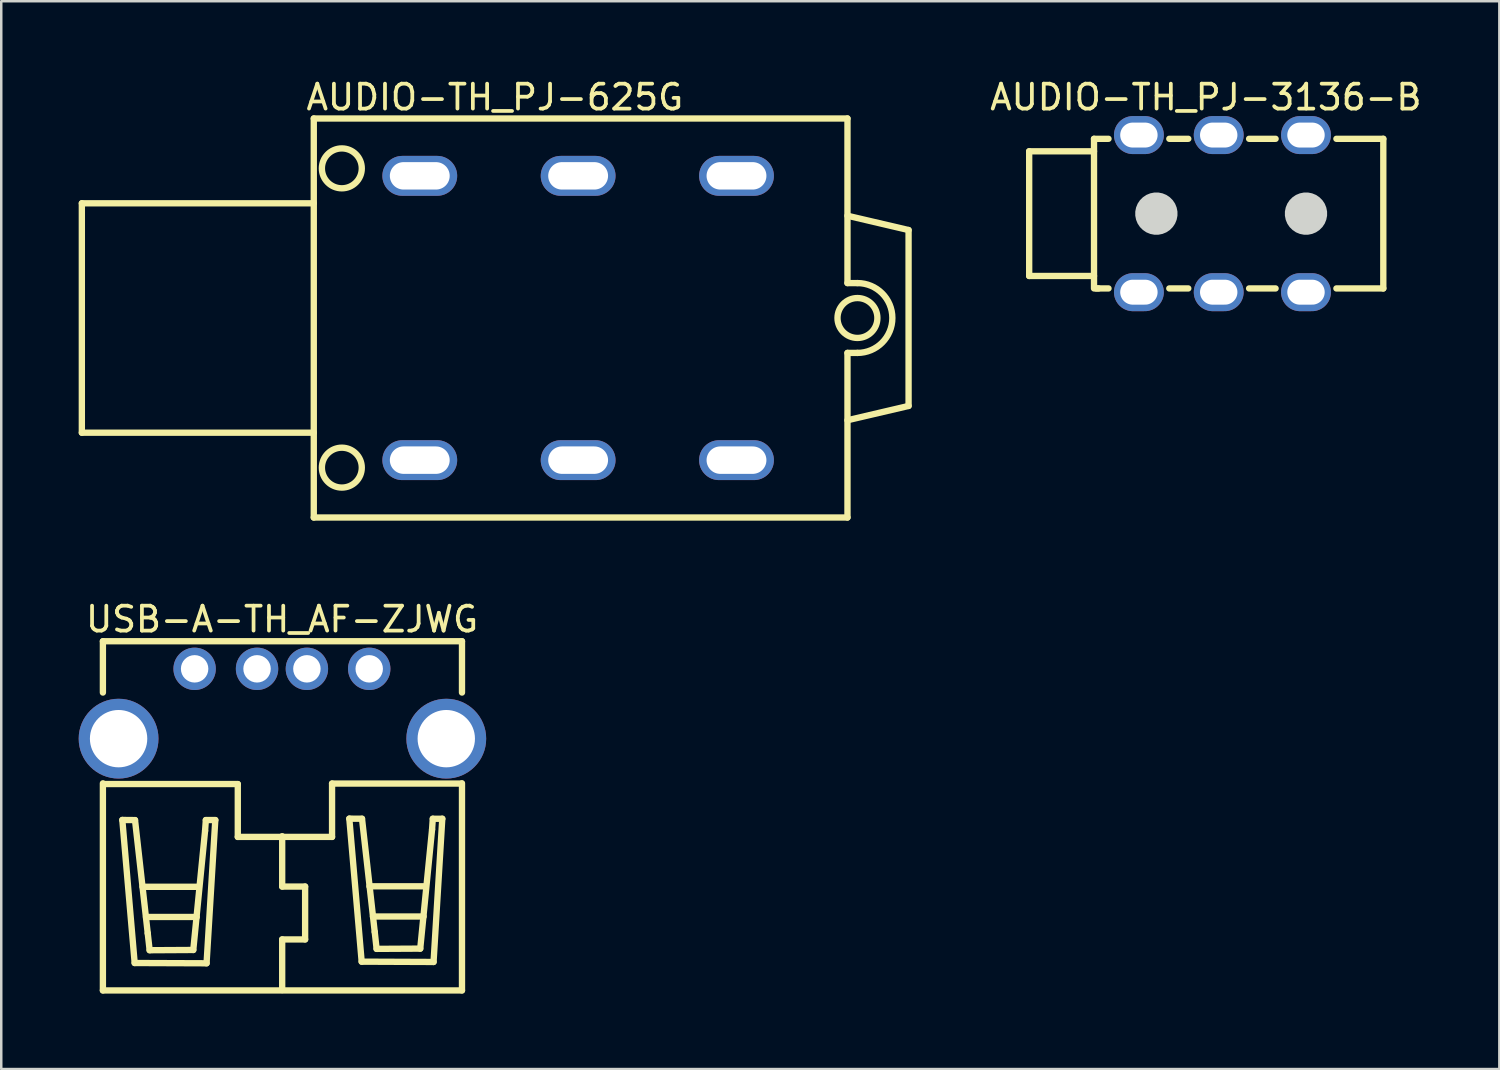
<source format=kicad_pcb>
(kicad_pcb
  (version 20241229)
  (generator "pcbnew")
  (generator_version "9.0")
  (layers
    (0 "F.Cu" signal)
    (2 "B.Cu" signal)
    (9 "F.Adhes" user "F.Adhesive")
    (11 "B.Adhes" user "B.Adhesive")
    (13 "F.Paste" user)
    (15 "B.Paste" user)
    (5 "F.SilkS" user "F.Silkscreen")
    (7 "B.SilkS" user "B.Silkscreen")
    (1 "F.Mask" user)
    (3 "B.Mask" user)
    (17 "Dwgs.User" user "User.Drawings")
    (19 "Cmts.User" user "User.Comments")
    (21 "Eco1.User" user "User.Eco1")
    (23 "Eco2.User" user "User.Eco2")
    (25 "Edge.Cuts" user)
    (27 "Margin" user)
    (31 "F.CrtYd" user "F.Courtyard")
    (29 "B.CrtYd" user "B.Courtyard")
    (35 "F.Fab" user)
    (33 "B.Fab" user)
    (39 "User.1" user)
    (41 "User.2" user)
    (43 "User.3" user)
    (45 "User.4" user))
  (footprint "AUDIO-TH_PJ-3136-B"
    (layer "F.Cu")
    (at 45.968 5.516)
    (property "Reference" "AUDIO-TH_PJ-3136-B" (at -0.665 -4.667 0) (layer "F.SilkS") (effects (font (size 1 1) (thickness 0.15))))
    (fp_line (start -7.75 -2.5) (end -7.75 2.5) (stroke (width 0.254) (type default)) (layer "F.SilkS"))
    (fp_line (start -7.75 2.5) (end -5.15 2.5) (stroke (width 0.254) (type default)) (layer "F.SilkS"))
    (fp_line (start -5.15 -3) (end -4.569 -3) (stroke (width 0.254) (type default)) (layer "F.SilkS"))
    (fp_line (start -5.15 -2.5) (end -7.75 -2.5) (stroke (width 0.254) (type default)) (layer "F.SilkS"))
    (fp_line (start -5.15 3) (end -5.15 -3) (stroke (width 0.254) (type default)) (layer "F.SilkS"))
    (fp_line (start -5.061 3) (end -4.97 3) (stroke (width 0.254) (type default)) (layer "F.SilkS"))
    (fp_line (start -5.061 3) (end -4.569 3) (stroke (width 0.254) (type default)) (layer "F.SilkS"))
    (fp_line (start -2.131 -3) (end -1.37 -3) (stroke (width 0.254) (type default)) (layer "F.SilkS"))
    (fp_line (start -2.131 3) (end -1.37 3) (stroke (width 0.254) (type default)) (layer "F.SilkS"))
    (fp_line (start 1.069 -3) (end 2.131 -3) (stroke (width 0.254) (type default)) (layer "F.SilkS"))
    (fp_line (start 1.069 3) (end 2.131 3) (stroke (width 0.254) (type default)) (layer "F.SilkS"))
    (fp_line (start 4.569 -3) (end 6.45 -3) (stroke (width 0.254) (type default)) (layer "F.SilkS"))
    (fp_line (start 4.569 3) (end 6.45 3) (stroke (width 0.254) (type default)) (layer "F.SilkS"))
    (fp_line (start 6.45 -3) (end 6.45 3) (stroke (width 0.254) (type default)) (layer "F.SilkS"))
    (fp_poly (pts (xy -1.804 -0.083) (xy -1.837 -0.247) (xy -1.9 -0.401) (xy -1.993 -0.539) (xy -2.111 -0.657) (xy -2.249 -0.75) (xy -2.403 -0.813) (xy -2.567 -0.846) (xy -2.733 -0.846) (xy -2.897 -0.813) (xy -3.051 -0.75) (xy -3.189 -0.657) (xy -3.307 -0.539) (xy -3.4 -0.401) (xy -3.463 -0.247) (xy -3.496 -0.083) (xy -3.496 0.083) (xy -3.463 0.247) (xy -3.4 0.401) (xy -3.307 0.539) (xy -3.189 0.657) (xy -3.051 0.75) (xy -2.897 0.813) (xy -2.733 0.846) (xy -2.567 0.846) (xy -2.403 0.813) (xy -2.249 0.75) (xy -2.111 0.657) (xy -1.993 0.539) (xy -1.9 0.401) (xy -1.837 0.247) (xy -1.804 0.083)) (stroke (width 0) (type default)) (fill yes) (layer "Edge.Cuts"))
    (fp_poly (pts (xy 4.196 -0.083) (xy 4.163 -0.247) (xy 4.1 -0.401) (xy 4.007 -0.539) (xy 3.889 -0.657) (xy 3.751 -0.75) (xy 3.597 -0.813) (xy 3.433 -0.846) (xy 3.267 -0.846) (xy 3.103 -0.813) (xy 2.949 -0.75) (xy 2.811 -0.657) (xy 2.693 -0.539) (xy 2.6 -0.401) (xy 2.537 -0.247) (xy 2.504 -0.083) (xy 2.504 0.083) (xy 2.537 0.247) (xy 2.6 0.401) (xy 2.693 0.539) (xy 2.811 0.657) (xy 2.949 0.75) (xy 3.103 0.813) (xy 3.267 0.846) (xy 3.433 0.846) (xy 3.597 0.813) (xy 3.751 0.75) (xy 3.889 0.657) (xy 4.007 0.539) (xy 4.1 0.401) (xy 4.163 0.247) (xy 4.196 0.083)) (stroke (width 0) (type default)) (fill yes) (layer "Edge.Cuts"))
    (fp_poly (pts (xy -3.1 -2.75) (xy -3.6 -2.75) (xy -3.6 -3.55) (xy -3.1 -3.55)) (stroke (width 0.1) (type default)) (fill no) (layer "User.1"))
    (fp_poly (pts (xy -3.1 3.55) (xy -3.6 3.55) (xy -3.6 2.75) (xy -3.1 2.75)) (stroke (width 0.1) (type default)) (fill no) (layer "User.1"))
    (fp_poly (pts (xy 0.1 -2.75) (xy -0.4 -2.75) (xy -0.4 -3.55) (xy 0.1 -3.55)) (stroke (width 0.1) (type default)) (fill no) (layer "User.1"))
    (fp_poly (pts (xy 0.1 3.55) (xy -0.4 3.55) (xy -0.4 2.75) (xy 0.1 2.75)) (stroke (width 0.1) (type default)) (fill no) (layer "User.1"))
    (fp_poly (pts (xy 3.6 -2.75) (xy 3.1 -2.75) (xy 3.1 -3.55) (xy 3.6 -3.55)) (stroke (width 0.1) (type default)) (fill no) (layer "User.1"))
    (fp_poly (pts (xy 3.6 3.55) (xy 3.1 3.55) (xy 3.1 2.75) (xy 3.6 2.75)) (stroke (width 0.1) (type default)) (fill no) (layer "User.1"))
    (fp_poly (pts (xy -1.904 -0.074) (xy -1.932 -0.218) (xy -1.989 -0.354) (xy -2.07 -0.476) (xy -2.174 -0.58) (xy -2.296 -0.661) (xy -2.432 -0.718) (xy -2.576 -0.746) (xy -2.724 -0.746) (xy -2.868 -0.718) (xy -3.004 -0.661) (xy -3.126 -0.58) (xy -3.23 -0.476) (xy -3.311 -0.354) (xy -3.368 -0.218) (xy -3.396 -0.074) (xy -3.396 0.074) (xy -3.368 0.218) (xy -3.311 0.354) (xy -3.23 0.476) (xy -3.126 0.58) (xy -3.004 0.661) (xy -2.868 0.718) (xy -2.724 0.746) (xy -2.576 0.746) (xy -2.432 0.718) (xy -2.296 0.661) (xy -2.174 0.58) (xy -2.07 0.476) (xy -1.989 0.354) (xy -1.932 0.218) (xy -1.904 0.074)) (stroke (width 0.1) (type default)) (fill no) (layer "User.1"))
    (fp_poly (pts (xy 4.096 -0.074) (xy 4.068 -0.218) (xy 4.011 -0.354) (xy 3.93 -0.476) (xy 3.826 -0.58) (xy 3.704 -0.661) (xy 3.568 -0.718) (xy 3.424 -0.746) (xy 3.276 -0.746) (xy 3.132 -0.718) (xy 2.996 -0.661) (xy 2.874 -0.58) (xy 2.77 -0.476) (xy 2.689 -0.354) (xy 2.632 -0.218) (xy 2.604 -0.074) (xy 2.604 0.074) (xy 2.632 0.218) (xy 2.689 0.354) (xy 2.77 0.476) (xy 2.874 0.58) (xy 2.996 0.661) (xy 3.132 0.718) (xy 3.276 0.746) (xy 3.424 0.746) (xy 3.568 0.718) (xy 3.704 0.661) (xy 3.826 0.58) (xy 3.93 0.476) (xy 4.011 0.354) (xy 4.068 0.218) (xy 4.096 0.074)) (stroke (width 0.1) (type default)) (fill no) (layer "User.1"))
    (fp_line (start -7.877 -3.912) (end 6.577 -3.912) (stroke (width 0.051) (type default)) (layer "User.2"))
    (fp_line (start -7.877 3.912) (end -7.877 -3.912) (stroke (width 0.051) (type default)) (layer "User.2"))
    (fp_line (start 6.577 -3.912) (end 6.577 3.912) (stroke (width 0.051) (type default)) (layer "User.2"))
    (fp_line (start 6.577 3.912) (end -7.877 3.912) (stroke (width 0.051) (type default)) (layer "User.2"))
    (fp_poly (pts (xy -7.822 -3.935) (xy -7.854 -3.967) (xy -7.9 -3.967) (xy -7.932 -3.935) (xy -7.932 -3.889) (xy -7.9 -3.857) (xy -7.854 -3.857) (xy -7.822 -3.889)) (stroke (width 0.1) (type default)) (fill no) (layer "User.3"))
    (pad "1" thru_hole oval (at -3.35 3.15 90) (size 1.524 2) (drill oval 1 1.5) (layers "*.Cu" "*.Mask"))
    (pad "2" thru_hole oval (at -0.15 3.15 90) (size 1.524 2) (drill oval 1 1.5) (layers "*.Cu" "*.Mask"))
    (pad "3" thru_hole oval (at 3.35 3.15 90) (size 1.524 2) (drill oval 1 1.5) (layers "*.Cu" "*.Mask"))
    (pad "4" thru_hole oval (at 3.35 -3.15 90) (size 1.524 2) (drill oval 1 1.5) (layers "*.Cu" "*.Mask"))
    (pad "5" thru_hole oval (at -0.15 -3.15 90) (size 1.524 2) (drill oval 1 1.5) (layers "*.Cu" "*.Mask"))
    (pad "6" thru_hole oval (at -3.35 -3.15 90) (size 1.524 2) (drill oval 1 1.5) (layers "*.Cu" "*.Mask")))
  (footprint "USB-A-TH_AF-ZJWG"
    (layer "F.Cu")
    (at 8.275 25.169)
    (property "Reference" "USB-A-TH_AF-ZJWG" (at -0.015 -3.388 0) (layer "F.SilkS") (effects (font (size 1 1) (thickness 0.15))))
    (fp_line (start -7.199 -2.506) (end -7.199 -0.449) (stroke (width 0.254) (type default)) (layer "F.SilkS"))
    (fp_line (start -7.199 -2.506) (end 7.2 -2.506) (stroke (width 0.254) (type default)) (layer "F.SilkS"))
    (fp_line (start -7.199 3.192) (end -7.199 11.495) (stroke (width 0.254) (type default)) (layer "F.SilkS"))
    (fp_line (start -7.199 11.495) (end 7.2 11.495) (stroke (width 0.254) (type default)) (layer "F.SilkS"))
    (fp_line (start -6.42 4.66) (end -5.911 4.665) (stroke (width 0.254) (type default)) (layer "F.SilkS"))
    (fp_line (start -5.925 10.396) (end -6.42 4.66) (stroke (width 0.254) (type default)) (layer "F.SilkS"))
    (fp_line (start -5.911 4.665) (end -5.401 9.205) (stroke (width 0.254) (type default)) (layer "F.SilkS"))
    (fp_line (start -5.609 7.34) (end -3.349 7.34) (stroke (width 0.254) (type default)) (layer "F.SilkS"))
    (fp_line (start -5.47 8.55) (end -3.439 8.55) (stroke (width 0.254) (type default)) (layer "F.SilkS"))
    (fp_line (start -5.401 9.205) (end -5.325 9.883) (stroke (width 0.254) (type default)) (layer "F.SilkS"))
    (fp_line (start -5.325 9.883) (end -3.575 9.873) (stroke (width 0.254) (type default)) (layer "F.SilkS"))
    (fp_line (start -3.575 9.873) (end -3.102 5.094) (stroke (width 0.254) (type default)) (layer "F.SilkS"))
    (fp_line (start -3.102 5.094) (end -3.071 4.664) (stroke (width 0.254) (type default)) (layer "F.SilkS"))
    (fp_line (start -3.071 4.664) (end -2.692 4.664) (stroke (width 0.254) (type default)) (layer "F.SilkS"))
    (fp_line (start -3.042 10.407) (end -5.925 10.396) (stroke (width 0.254) (type default)) (layer "F.SilkS"))
    (fp_line (start -2.692 4.664) (end -3.042 10.407) (stroke (width 0.254) (type default)) (layer "F.SilkS"))
    (fp_line (start -1.79 3.22) (end -7.19 3.22) (stroke (width 0.254) (type default)) (layer "F.SilkS"))
    (fp_line (start -1.79 5.34) (end -1.79 3.22) (stroke (width 0.254) (type default)) (layer "F.SilkS"))
    (fp_line (start -0.01 5.311) (end -0.01 7.33) (stroke (width 0.254) (type default)) (layer "F.SilkS"))
    (fp_line (start -0.01 7.33) (end 0.91 7.33) (stroke (width 0.254) (type default)) (layer "F.SilkS"))
    (fp_line (start -0.01 9.45) (end -0.01 11.48) (stroke (width 0.254) (type default)) (layer "F.SilkS"))
    (fp_line (start 0.91 7.33) (end 0.91 9.45) (stroke (width 0.254) (type default)) (layer "F.SilkS"))
    (fp_line (start 0.91 9.45) (end -0.01 9.45) (stroke (width 0.254) (type default)) (layer "F.SilkS"))
    (fp_line (start 1.99 3.2) (end 1.99 5.34) (stroke (width 0.254) (type default)) (layer "F.SilkS"))
    (fp_line (start 1.99 5.34) (end -1.79 5.34) (stroke (width 0.254) (type default)) (layer "F.SilkS"))
    (fp_line (start 2.682 4.607) (end 3.191 4.611) (stroke (width 0.254) (type default)) (layer "F.SilkS"))
    (fp_line (start 3.177 10.342) (end 2.682 4.607) (stroke (width 0.254) (type default)) (layer "F.SilkS"))
    (fp_line (start 3.191 4.611) (end 3.701 9.151) (stroke (width 0.254) (type default)) (layer "F.SilkS"))
    (fp_line (start 3.49 7.321) (end 5.75 7.321) (stroke (width 0.254) (type default)) (layer "F.SilkS"))
    (fp_line (start 3.63 8.53) (end 5.66 8.53) (stroke (width 0.254) (type default)) (layer "F.SilkS"))
    (fp_line (start 3.701 9.151) (end 3.776 9.829) (stroke (width 0.254) (type default)) (layer "F.SilkS"))
    (fp_line (start 3.776 9.829) (end 5.526 9.819) (stroke (width 0.254) (type default)) (layer "F.SilkS"))
    (fp_line (start 5.526 9.819) (end 6 5.04) (stroke (width 0.254) (type default)) (layer "F.SilkS"))
    (fp_line (start 6 5.04) (end 6.029 4.611) (stroke (width 0.254) (type default)) (layer "F.SilkS"))
    (fp_line (start 6.029 4.611) (end 6.41 4.611) (stroke (width 0.254) (type default)) (layer "F.SilkS"))
    (fp_line (start 6.06 10.354) (end 3.177 10.342) (stroke (width 0.254) (type default)) (layer "F.SilkS"))
    (fp_line (start 6.41 4.611) (end 6.06 10.354) (stroke (width 0.254) (type default)) (layer "F.SilkS"))
    (fp_line (start 7.189 3.2) (end 1.99 3.2) (stroke (width 0.254) (type default)) (layer "F.SilkS"))
    (fp_line (start 7.2 -2.506) (end 7.2 -0.449) (stroke (width 0.254) (type default)) (layer "F.SilkS"))
    (fp_line (start 7.2 3.192) (end 7.2 11.495) (stroke (width 0.254) (type default)) (layer "F.SilkS"))
    (fp_poly (pts (xy -3.074 -1.459) (xy -3.105 -1.572) (xy -3.163 -1.674) (xy -3.247 -1.757) (xy -3.348 -1.816) (xy -3.462 -1.846) (xy -3.579 -1.846) (xy -3.693 -1.816) (xy -3.794 -1.757) (xy -3.878 -1.674) (xy -3.936 -1.572) (xy -3.967 -1.459) (xy -3.967 -1.341) (xy -3.936 -1.228) (xy -3.878 -1.126) (xy -3.794 -1.043) (xy -3.693 -0.984) (xy -3.579 -0.954) (xy -3.462 -0.954) (xy -3.348 -0.984) (xy -3.247 -1.043) (xy -3.163 -1.126) (xy -3.105 -1.228) (xy -3.074 -1.341)) (stroke (width 0.1) (type default)) (fill no) (layer "User.1"))
    (fp_poly (pts (xy -0.572 -1.459) (xy -0.603 -1.572) (xy -0.661 -1.674) (xy -0.745 -1.757) (xy -0.846 -1.816) (xy -0.96 -1.846) (xy -1.077 -1.846) (xy -1.191 -1.816) (xy -1.292 -1.757) (xy -1.376 -1.674) (xy -1.434 -1.572) (xy -1.465 -1.459) (xy -1.465 -1.341) (xy -1.434 -1.228) (xy -1.376 -1.126) (xy -1.292 -1.043) (xy -1.191 -0.984) (xy -1.077 -0.954) (xy -0.96 -0.954) (xy -0.846 -0.984) (xy -0.745 -1.043) (xy -0.661 -1.126) (xy -0.603 -1.228) (xy -0.572 -1.341)) (stroke (width 0.1) (type default)) (fill no) (layer "User.1"))
    (fp_poly (pts (xy 1.427 -1.459) (xy 1.396 -1.572) (xy 1.338 -1.674) (xy 1.254 -1.757) (xy 1.153 -1.816) (xy 1.039 -1.846) (xy 0.922 -1.846) (xy 0.808 -1.816) (xy 0.707 -1.757) (xy 0.623 -1.674) (xy 0.565 -1.572) (xy 0.534 -1.459) (xy 0.534 -1.341) (xy 0.565 -1.228) (xy 0.623 -1.126) (xy 0.707 -1.043) (xy 0.808 -0.984) (xy 0.922 -0.954) (xy 1.039 -0.954) (xy 1.153 -0.984) (xy 1.254 -1.043) (xy 1.338 -1.126) (xy 1.396 -1.228) (xy 1.427 -1.341)) (stroke (width 0.1) (type default)) (fill no) (layer "User.1"))
    (fp_poly (pts (xy 3.926 -1.459) (xy 3.896 -1.572) (xy 3.837 -1.674) (xy 3.754 -1.757) (xy 3.652 -1.816) (xy 3.539 -1.846) (xy 3.421 -1.846) (xy 3.308 -1.816) (xy 3.206 -1.757) (xy 3.123 -1.674) (xy 3.064 -1.572) (xy 3.034 -1.459) (xy 3.034 -1.341) (xy 3.064 -1.228) (xy 3.123 -1.126) (xy 3.206 -1.043) (xy 3.308 -0.984) (xy 3.421 -0.954) (xy 3.539 -0.954) (xy 3.652 -0.984) (xy 3.754 -1.043) (xy 3.837 -1.126) (xy 3.896 -1.228) (xy 3.926 -1.341)) (stroke (width 0.1) (type default)) (fill no) (layer "User.1"))
    (fp_poly (pts (xy -5.525 1.297) (xy -5.565 1.095) (xy -5.644 0.905) (xy -5.758 0.734) (xy -5.904 0.588) (xy -6.075 0.474) (xy -6.265 0.395) (xy -6.467 0.355) (xy -6.673 0.355) (xy -6.875 0.395) (xy -7.065 0.474) (xy -7.236 0.588) (xy -7.382 0.734) (xy -7.496 0.905) (xy -7.575 1.095) (xy -7.615 1.297) (xy -7.615 1.503) (xy -7.575 1.705) (xy -7.496 1.895) (xy -7.382 2.066) (xy -7.236 2.212) (xy -7.065 2.326) (xy -6.875 2.405) (xy -6.673 2.445) (xy -6.467 2.445) (xy -6.265 2.405) (xy -6.075 2.326) (xy -5.904 2.212) (xy -5.758 2.066) (xy -5.644 1.895) (xy -5.565 1.705) (xy -5.525 1.503)) (stroke (width 0.1) (type default)) (fill no) (layer "User.1"))
    (fp_poly (pts (xy 7.615 1.297) (xy 7.575 1.095) (xy 7.496 0.905) (xy 7.382 0.734) (xy 7.236 0.588) (xy 7.065 0.474) (xy 6.875 0.395) (xy 6.673 0.355) (xy 6.467 0.355) (xy 6.265 0.395) (xy 6.075 0.474) (xy 5.904 0.588) (xy 5.758 0.734) (xy 5.644 0.905) (xy 5.565 1.095) (xy 5.525 1.297) (xy 5.525 1.503) (xy 5.565 1.705) (xy 5.644 1.895) (xy 5.758 2.066) (xy 5.904 2.212) (xy 6.075 2.326) (xy 6.265 2.405) (xy 6.467 2.445) (xy 6.673 2.445) (xy 6.875 2.405) (xy 7.065 2.326) (xy 7.236 2.212) (xy 7.382 2.066) (xy 7.496 1.895) (xy 7.575 1.705) (xy 7.615 1.503)) (stroke (width 0.1) (type default)) (fill no) (layer "User.1"))
    (fp_line (start -8.17 -2.632) (end 8.17 -2.632) (stroke (width 0.051) (type default)) (layer "User.2"))
    (fp_line (start -8.17 11.621) (end -8.17 -2.632) (stroke (width 0.051) (type default)) (layer "User.2"))
    (fp_line (start 8.17 -2.632) (end 8.17 11.621) (stroke (width 0.051) (type default)) (layer "User.2"))
    (fp_line (start 8.17 11.621) (end -8.17 11.621) (stroke (width 0.051) (type default)) (layer "User.2"))
    (fp_poly (pts (xy -8.115 -2.655) (xy -8.147 -2.688) (xy -8.193 -2.688) (xy -8.225 -2.655) (xy -8.225 -2.61) (xy -8.193 -2.577) (xy -8.147 -2.577) (xy -8.115 -2.61)) (stroke (width 0.1) (type default)) (fill no) (layer "User.3"))
    (pad "1" thru_hole circle (at -3.521 -1.4 270) (size 1.7 1.7) (drill 1.1) (layers "*.Cu" "*.Mask"))
    (pad "2" thru_hole circle (at -1.018 -1.4 270) (size 1.7 1.7) (drill 1.1) (layers "*.Cu" "*.Mask"))
    (pad "3" thru_hole circle (at 0.981 -1.4 270) (size 1.7 1.7) (drill 1.1) (layers "*.Cu" "*.Mask"))
    (pad "4" thru_hole circle (at 3.48 -1.4 270) (size 1.7 1.7) (drill 1.1) (layers "*.Cu" "*.Mask"))
    (pad "5" thru_hole circle (at -6.57 1.4 90) (size 3.2 3.2) (drill 2.3) (layers "*.Cu" "*.Mask"))
    (pad "5" thru_hole circle (at 6.57 1.4 90) (size 3.2 3.2) (drill 2.3) (layers "*.Cu" "*.Mask")))
  (footprint "AUDIO-TH_PJ-625G"
    (layer "F.Cu")
    (at 20.132 9.701)
    (property "Reference" "AUDIO-TH_PJ-625G" (at -3.34 -8.852 0) (layer "F.SilkS") (effects (font (size 1 1) (thickness 0.15))))
    (fp_line (start -19.9 -4.6) (end -19.9 4.6) (stroke (width 0.254) (type default)) (layer "F.SilkS"))
    (fp_line (start -19.9 -4.6) (end -10.6 -4.6) (stroke (width 0.254) (type default)) (layer "F.SilkS"))
    (fp_line (start -19.9 4.6) (end -10.6 4.6) (stroke (width 0.254) (type default)) (layer "F.SilkS"))
    (fp_line (start -10.6 -8) (end -10.6 8) (stroke (width 0.254) (type default)) (layer "F.SilkS"))
    (fp_line (start -10.6 8) (end 10.8 8) (stroke (width 0.254) (type default)) (layer "F.SilkS"))
    (fp_line (start 10.8 -8) (end -10.6 -8) (stroke (width 0.254) (type default)) (layer "F.SilkS"))
    (fp_line (start 10.8 -4.1) (end 13.25 -3.527) (stroke (width 0.254) (type default)) (layer "F.SilkS"))
    (fp_line (start 10.8 -1.4) (end 10.8 -8) (stroke (width 0.254) (type default)) (layer "F.SilkS"))
    (fp_line (start 10.8 -1.4) (end 11.2 -1.4) (stroke (width 0.254) (type default)) (layer "F.SilkS"))
    (fp_line (start 10.8 1.4) (end 11.2 1.4) (stroke (width 0.254) (type default)) (layer "F.SilkS"))
    (fp_line (start 10.8 4.1) (end 13.25 3.527) (stroke (width 0.254) (type default)) (layer "F.SilkS"))
    (fp_line (start 10.8 8) (end 10.8 1.4) (stroke (width 0.254) (type default)) (layer "F.SilkS"))
    (fp_line (start 13.25 -3.527) (end 13.25 3.527) (stroke (width 0.254) (type default)) (layer "F.SilkS"))
    (fp_arc (start 11.2 -1.4) (mid 12.6 0) (end 11.2 1.4) (stroke (width 0.254) (type default)) (layer "F.SilkS"))
    (fp_circle (center -9.475 -6) (end -8.675 -6) (stroke (width 0.254) (type default)) (fill no) (layer "F.SilkS"))
    (fp_circle (center -9.475 6) (end -8.675 6) (stroke (width 0.254) (type default)) (fill no) (layer "F.SilkS"))
    (fp_circle (center 11.2 0) (end 12 0) (stroke (width 0.254) (type default)) (fill no) (layer "F.SilkS"))
    (fp_poly (pts (xy -5.7 -5.26) (xy -7 -5.26) (xy -7 -6.14) (xy -5.7 -6.14)) (stroke (width 0.1) (type default)) (fill no) (layer "User.1"))
    (fp_poly (pts (xy -5.7 6.14) (xy -7 6.14) (xy -7 5.26) (xy -5.7 5.26)) (stroke (width 0.1) (type default)) (fill no) (layer "User.1"))
    (fp_poly (pts (xy 0.65 -5.26) (xy -0.65 -5.26) (xy -0.65 -6.14) (xy 0.65 -6.14)) (stroke (width 0.1) (type default)) (fill no) (layer "User.1"))
    (fp_poly (pts (xy 0.65 6.14) (xy -0.65 6.14) (xy -0.65 5.26) (xy 0.65 5.26)) (stroke (width 0.1) (type default)) (fill no) (layer "User.1"))
    (fp_poly (pts (xy 7 -5.26) (xy 5.7 -5.26) (xy 5.7 -6.14) (xy 7 -6.14)) (stroke (width 0.1) (type default)) (fill no) (layer "User.1"))
    (fp_poly (pts (xy 7 6.14) (xy 5.7 6.14) (xy 5.7 5.26) (xy 7 5.26)) (stroke (width 0.1) (type default)) (fill no) (layer "User.1"))
    (fp_line (start -20.027 -8.127) (end 13.377 -8.127) (stroke (width 0.051) (type default)) (layer "User.2"))
    (fp_line (start -20.027 8.127) (end -20.027 -8.127) (stroke (width 0.051) (type default)) (layer "User.2"))
    (fp_line (start 13.377 -8.127) (end 13.377 8.127) (stroke (width 0.051) (type default)) (layer "User.2"))
    (fp_line (start 13.377 8.127) (end -20.027 8.127) (stroke (width 0.051) (type default)) (layer "User.2"))
    (fp_poly (pts (xy -19.972 8.104) (xy -20.004 8.072) (xy -20.05 8.072) (xy -20.082 8.104) (xy -20.082 8.15) (xy -20.05 8.182) (xy -20.004 8.182) (xy -19.972 8.15)) (stroke (width 0.1) (type default)) (fill no) (layer "User.3"))
    (pad "1" thru_hole oval (at -6.35 5.7 90) (size 1.6 3) (drill oval 1.1 2.4) (layers "*.Cu" "*.Mask"))
    (pad "2" thru_hole oval (at 0 5.7 90) (size 1.6 3) (drill oval 1.1 2.4) (layers "*.Cu" "*.Mask"))
    (pad "3" thru_hole oval (at 6.35 5.7 90) (size 1.6 3) (drill oval 1.1 2.4) (layers "*.Cu" "*.Mask"))
    (pad "4" thru_hole oval (at 6.35 -5.7 90) (size 1.6 3) (drill oval 1.1 2.4) (layers "*.Cu" "*.Mask"))
    (pad "5" thru_hole oval (at 0 -5.7 90) (size 1.6 3) (drill oval 1.1 2.4) (layers "*.Cu" "*.Mask"))
    (pad "6" thru_hole oval (at -6.35 -5.7 90) (size 1.6 3) (drill oval 1.1 2.4) (layers "*.Cu" "*.Mask")))
  (gr_rect
    (start -3 -3)
    (end 57.071 39.816)
    (stroke (width 0.1) (type default))
    (fill no)
    (layer "Edge.Cuts")))
</source>
